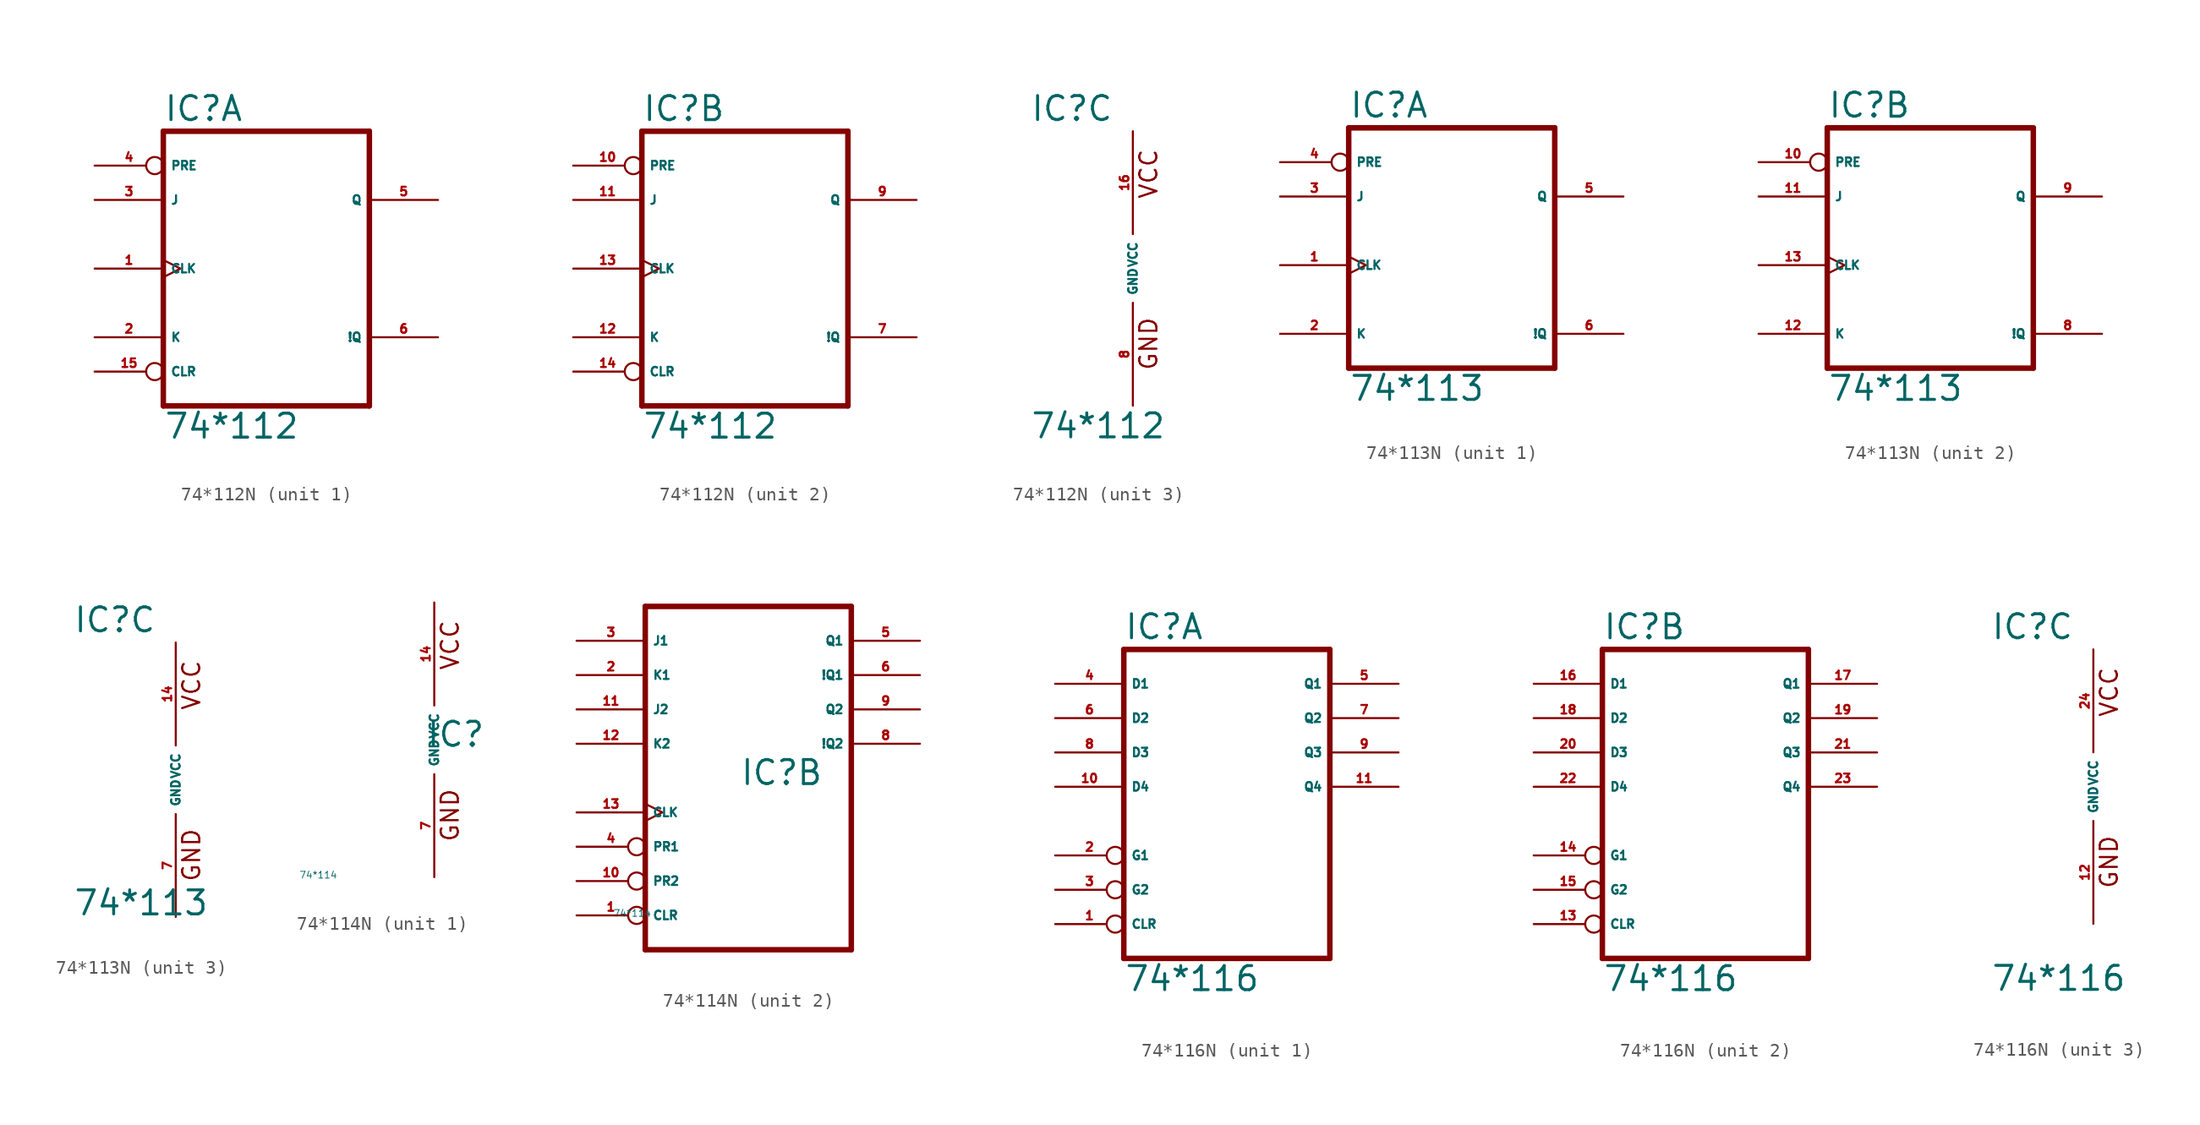
<source format=kicad_sym>
(kicad_symbol_lib
  (version 20220914)
  (generator Eagle2Kicad)
  (symbol "74*112N"
    (property "Reference" "IC"
      (at -7.62 10.795 0)
      (effects (font (size 1.778 1.778) (thickness 0.22)) (justify left bottom)))
    (property "Value" "74*112"
      (at -7.62 -12.7 0)
      (effects (font (size 1.778 1.778) (thickness 0.22)) (justify left bottom)))
    (symbol "74*112N_1_0"
      (polyline (pts (xy -7.62 -10.16) (xy 7.62 -10.16)) (stroke (width 0.406) (type default)) (fill (type none)))
      (polyline (pts (xy 7.62 -10.16) (xy 7.62 10.16)) (stroke (width 0.406) (type default)) (fill (type none)))
      (polyline (pts (xy 7.62 10.16) (xy -7.62 10.16)) (stroke (width 0.406) (type default)) (fill (type none)))
      (polyline (pts (xy -7.62 10.16) (xy -7.62 -10.16)) (stroke (width 0.406) (type default)) (fill (type none)))
      (pin input clock (at -12.7 0 0) (length 5.08) (name "CLK" (effects (font (size 0.635 0.635) (thickness 0.08)) (justify left bottom))) (number "1" (effects (font (size 0.635 0.635) (thickness 0.08)) (justify left bottom))))
      (pin input line (at -12.7 -5.08 0) (length 5.08) (name "K" (effects (font (size 0.635 0.635) (thickness 0.08)) (justify left bottom))) (number "2" (effects (font (size 0.635 0.635) (thickness 0.08)) (justify left bottom))))
      (pin input line (at -12.7 5.08 0) (length 5.08) (name "J" (effects (font (size 0.635 0.635) (thickness 0.08)) (justify left bottom))) (number "3" (effects (font (size 0.635 0.635) (thickness 0.08)) (justify left bottom))))
      (pin input inverted (at -12.7 7.62 0) (length 5.08) (name "PRE" (effects (font (size 0.635 0.635) (thickness 0.08)) (justify left bottom))) (number "4" (effects (font (size 0.635 0.635) (thickness 0.08)) (justify left bottom))))
      (pin output line (at 12.7 5.08 180) (length 5.08) (name "Q" (effects (font (size 0.635 0.635) (thickness 0.08)) (justify left bottom))) (number "5" (effects (font (size 0.635 0.635) (thickness 0.08)) (justify left bottom))))
      (pin output line (at 12.7 -5.08 180) (length 5.08) (name "!Q" (effects (font (size 0.635 0.635) (thickness 0.08)) (justify left bottom))) (number "6" (effects (font (size 0.635 0.635) (thickness 0.08)) (justify left bottom))))
      (pin input inverted (at -12.7 -7.62 0) (length 5.08) (name "CLR" (effects (font (size 0.635 0.635) (thickness 0.08)) (justify left bottom))) (number "15" (effects (font (size 0.635 0.635) (thickness 0.08)) (justify left bottom)))))
    (symbol "74*112N_2_0"
      (polyline (pts (xy -7.62 -10.16) (xy 7.62 -10.16)) (stroke (width 0.406) (type default)) (fill (type none)))
      (polyline (pts (xy 7.62 -10.16) (xy 7.62 10.16)) (stroke (width 0.406) (type default)) (fill (type none)))
      (polyline (pts (xy 7.62 10.16) (xy -7.62 10.16)) (stroke (width 0.406) (type default)) (fill (type none)))
      (polyline (pts (xy -7.62 10.16) (xy -7.62 -10.16)) (stroke (width 0.406) (type default)) (fill (type none)))
      (pin input clock (at -12.7 0 0) (length 5.08) (name "CLK" (effects (font (size 0.635 0.635) (thickness 0.08)) (justify left bottom))) (number "13" (effects (font (size 0.635 0.635) (thickness 0.08)) (justify left bottom))))
      (pin input line (at -12.7 -5.08 0) (length 5.08) (name "K" (effects (font (size 0.635 0.635) (thickness 0.08)) (justify left bottom))) (number "12" (effects (font (size 0.635 0.635) (thickness 0.08)) (justify left bottom))))
      (pin input line (at -12.7 5.08 0) (length 5.08) (name "J" (effects (font (size 0.635 0.635) (thickness 0.08)) (justify left bottom))) (number "11" (effects (font (size 0.635 0.635) (thickness 0.08)) (justify left bottom))))
      (pin input inverted (at -12.7 7.62 0) (length 5.08) (name "PRE" (effects (font (size 0.635 0.635) (thickness 0.08)) (justify left bottom))) (number "10" (effects (font (size 0.635 0.635) (thickness 0.08)) (justify left bottom))))
      (pin output line (at 12.7 5.08 180) (length 5.08) (name "Q" (effects (font (size 0.635 0.635) (thickness 0.08)) (justify left bottom))) (number "9" (effects (font (size 0.635 0.635) (thickness 0.08)) (justify left bottom))))
      (pin output line (at 12.7 -5.08 180) (length 5.08) (name "!Q" (effects (font (size 0.635 0.635) (thickness 0.08)) (justify left bottom))) (number "7" (effects (font (size 0.635 0.635) (thickness 0.08)) (justify left bottom))))
      (pin input inverted (at -12.7 -7.62 0) (length 5.08) (name "CLR" (effects (font (size 0.635 0.635) (thickness 0.08)) (justify left bottom))) (number "14" (effects (font (size 0.635 0.635) (thickness 0.08)) (justify left bottom)))))
    (symbol "74*112N_3_0"
      (text "GND" (at 1.905 -7.62 900) (effects (font (size 1.27 1.27) (thickness 0.16)) (justify left bottom)))
      (text "VCC" (at 1.905 5.08 900) (effects (font (size 1.27 1.27) (thickness 0.16)) (justify left bottom)))
      (pin unspecified line (at 0 -10.16 90) (length 7.62) (name "GND" (effects (font (size 0.635 0.635) (thickness 0.08)) (justify left bottom))) (number "8" (effects (font (size 0.635 0.635) (thickness 0.08)) (justify left bottom))))
      (pin unspecified line (at 0 10.16 270) (length 7.62) (name "VCC" (effects (font (size 0.635 0.635) (thickness 0.08)) (justify left bottom))) (number "16" (effects (font (size 0.635 0.635) (thickness 0.08)) (justify left bottom))))))
  (symbol "74*113N"
    (property "Reference" "IC"
      (at -7.62 10.795 0)
      (effects (font (size 1.778 1.778) (thickness 0.22)) (justify left bottom)))
    (property "Value" "74*113"
      (at -7.62 -10.16 0)
      (effects (font (size 1.778 1.778) (thickness 0.22)) (justify left bottom)))
    (symbol "74*113N_1_0"
      (polyline (pts (xy -7.62 -7.62) (xy 7.62 -7.62)) (stroke (width 0.406) (type default)) (fill (type none)))
      (polyline (pts (xy 7.62 -7.62) (xy 7.62 10.16)) (stroke (width 0.406) (type default)) (fill (type none)))
      (polyline (pts (xy 7.62 10.16) (xy -7.62 10.16)) (stroke (width 0.406) (type default)) (fill (type none)))
      (polyline (pts (xy -7.62 10.16) (xy -7.62 -7.62)) (stroke (width 0.406) (type default)) (fill (type none)))
      (pin input clock (at -12.7 0 0) (length 5.08) (name "CLK" (effects (font (size 0.635 0.635) (thickness 0.08)) (justify left bottom))) (number "1" (effects (font (size 0.635 0.635) (thickness 0.08)) (justify left bottom))))
      (pin input line (at -12.7 -5.08 0) (length 5.08) (name "K" (effects (font (size 0.635 0.635) (thickness 0.08)) (justify left bottom))) (number "2" (effects (font (size 0.635 0.635) (thickness 0.08)) (justify left bottom))))
      (pin input line (at -12.7 5.08 0) (length 5.08) (name "J" (effects (font (size 0.635 0.635) (thickness 0.08)) (justify left bottom))) (number "3" (effects (font (size 0.635 0.635) (thickness 0.08)) (justify left bottom))))
      (pin input inverted (at -12.7 7.62 0) (length 5.08) (name "PRE" (effects (font (size 0.635 0.635) (thickness 0.08)) (justify left bottom))) (number "4" (effects (font (size 0.635 0.635) (thickness 0.08)) (justify left bottom))))
      (pin output line (at 12.7 5.08 180) (length 5.08) (name "Q" (effects (font (size 0.635 0.635) (thickness 0.08)) (justify left bottom))) (number "5" (effects (font (size 0.635 0.635) (thickness 0.08)) (justify left bottom))))
      (pin output line (at 12.7 -5.08 180) (length 5.08) (name "!Q" (effects (font (size 0.635 0.635) (thickness 0.08)) (justify left bottom))) (number "6" (effects (font (size 0.635 0.635) (thickness 0.08)) (justify left bottom)))))
    (symbol "74*113N_2_0"
      (polyline (pts (xy -7.62 -7.62) (xy 7.62 -7.62)) (stroke (width 0.406) (type default)) (fill (type none)))
      (polyline (pts (xy 7.62 -7.62) (xy 7.62 10.16)) (stroke (width 0.406) (type default)) (fill (type none)))
      (polyline (pts (xy 7.62 10.16) (xy -7.62 10.16)) (stroke (width 0.406) (type default)) (fill (type none)))
      (polyline (pts (xy -7.62 10.16) (xy -7.62 -7.62)) (stroke (width 0.406) (type default)) (fill (type none)))
      (pin input clock (at -12.7 0 0) (length 5.08) (name "CLK" (effects (font (size 0.635 0.635) (thickness 0.08)) (justify left bottom))) (number "13" (effects (font (size 0.635 0.635) (thickness 0.08)) (justify left bottom))))
      (pin input line (at -12.7 -5.08 0) (length 5.08) (name "K" (effects (font (size 0.635 0.635) (thickness 0.08)) (justify left bottom))) (number "12" (effects (font (size 0.635 0.635) (thickness 0.08)) (justify left bottom))))
      (pin input line (at -12.7 5.08 0) (length 5.08) (name "J" (effects (font (size 0.635 0.635) (thickness 0.08)) (justify left bottom))) (number "11" (effects (font (size 0.635 0.635) (thickness 0.08)) (justify left bottom))))
      (pin input inverted (at -12.7 7.62 0) (length 5.08) (name "PRE" (effects (font (size 0.635 0.635) (thickness 0.08)) (justify left bottom))) (number "10" (effects (font (size 0.635 0.635) (thickness 0.08)) (justify left bottom))))
      (pin output line (at 12.7 5.08 180) (length 5.08) (name "Q" (effects (font (size 0.635 0.635) (thickness 0.08)) (justify left bottom))) (number "9" (effects (font (size 0.635 0.635) (thickness 0.08)) (justify left bottom))))
      (pin output line (at 12.7 -5.08 180) (length 5.08) (name "!Q" (effects (font (size 0.635 0.635) (thickness 0.08)) (justify left bottom))) (number "8" (effects (font (size 0.635 0.635) (thickness 0.08)) (justify left bottom)))))
    (symbol "74*113N_3_0"
      (text "GND" (at 1.905 -7.62 900) (effects (font (size 1.27 1.27) (thickness 0.16)) (justify left bottom)))
      (text "VCC" (at 1.905 5.08 900) (effects (font (size 1.27 1.27) (thickness 0.16)) (justify left bottom)))
      (pin unspecified line (at 0 -10.16 90) (length 7.62) (name "GND" (effects (font (size 0.635 0.635) (thickness 0.08)) (justify left bottom))) (number "7" (effects (font (size 0.635 0.635) (thickness 0.08)) (justify left bottom))))
      (pin unspecified line (at 0 10.16 270) (length 7.62) (name "VCC" (effects (font (size 0.635 0.635) (thickness 0.08)) (justify left bottom))) (number "14" (effects (font (size 0.635 0.635) (thickness 0.08)) (justify left bottom))))))
  (symbol "74*114N"
    (property "Reference" "IC"
      (at -0.635 -0.635 0)
      (effects (font (size 1.778 1.778) (thickness 0.22)) (justify left bottom)))
    (property "Value" "74*114"
      (at -10 -10 0)
      (effects (font (size 0.5 0.5) (thickness 0.06)) (justify left)))
    (symbol "74*114N_1_0"
      (text "GND" (at 1.905 -7.62 900) (effects (font (size 1.27 1.27) (thickness 0.16)) (justify left bottom)))
      (text "VCC" (at 1.905 5.08 900) (effects (font (size 1.27 1.27) (thickness 0.16)) (justify left bottom)))
      (pin unspecified line (at 0 -10.16 90) (length 7.62) (name "GND" (effects (font (size 0.635 0.635) (thickness 0.08)) (justify left bottom))) (number "7" (effects (font (size 0.635 0.635) (thickness 0.08)) (justify left bottom))))
      (pin unspecified line (at 0 10.16 270) (length 7.62) (name "VCC" (effects (font (size 0.635 0.635) (thickness 0.08)) (justify left bottom))) (number "14" (effects (font (size 0.635 0.635) (thickness 0.08)) (justify left bottom)))))
    (symbol "74*114N_2_0"
      (polyline (pts (xy -7.62 -12.7) (xy 7.62 -12.7)) (stroke (width 0.406) (type default)) (fill (type none)))
      (polyline (pts (xy 7.62 -12.7) (xy 7.62 12.7)) (stroke (width 0.406) (type default)) (fill (type none)))
      (polyline (pts (xy 7.62 12.7) (xy -7.62 12.7)) (stroke (width 0.406) (type default)) (fill (type none)))
      (polyline (pts (xy -7.62 12.7) (xy -7.62 -12.7)) (stroke (width 0.406) (type default)) (fill (type none)))
      (pin input clock (at -12.7 -2.54 0) (length 5.08) (name "CLK" (effects (font (size 0.635 0.635) (thickness 0.08)) (justify left bottom))) (number "13" (effects (font (size 0.635 0.635) (thickness 0.08)) (justify left bottom))))
      (pin input inverted (at -12.7 -5.08 0) (length 5.08) (name "PR1" (effects (font (size 0.635 0.635) (thickness 0.08)) (justify left bottom))) (number "4" (effects (font (size 0.635 0.635) (thickness 0.08)) (justify left bottom))))
      (pin input line (at -12.7 10.16 0) (length 5.08) (name "J1" (effects (font (size 0.635 0.635) (thickness 0.08)) (justify left bottom))) (number "3" (effects (font (size 0.635 0.635) (thickness 0.08)) (justify left bottom))))
      (pin input inverted (at -12.7 -10.16 0) (length 5.08) (name "CLR" (effects (font (size 0.635 0.635) (thickness 0.08)) (justify left bottom))) (number "1" (effects (font (size 0.635 0.635) (thickness 0.08)) (justify left bottom))))
      (pin input inverted (at -12.7 -7.62 0) (length 5.08) (name "PR2" (effects (font (size 0.635 0.635) (thickness 0.08)) (justify left bottom))) (number "10" (effects (font (size 0.635 0.635) (thickness 0.08)) (justify left bottom))))
      (pin input line (at -12.7 2.54 0) (length 5.08) (name "K2" (effects (font (size 0.635 0.635) (thickness 0.08)) (justify left bottom))) (number "12" (effects (font (size 0.635 0.635) (thickness 0.08)) (justify left bottom))))
      (pin output line (at 12.7 5.08 180) (length 5.08) (name "Q2" (effects (font (size 0.635 0.635) (thickness 0.08)) (justify left bottom))) (number "9" (effects (font (size 0.635 0.635) (thickness 0.08)) (justify left bottom))))
      (pin output line (at 12.7 2.54 180) (length 5.08) (name "!Q2" (effects (font (size 0.635 0.635) (thickness 0.08)) (justify left bottom))) (number "8" (effects (font (size 0.635 0.635) (thickness 0.08)) (justify left bottom))))
      (pin input line (at -12.7 5.08 0) (length 5.08) (name "J2" (effects (font (size 0.635 0.635) (thickness 0.08)) (justify left bottom))) (number "11" (effects (font (size 0.635 0.635) (thickness 0.08)) (justify left bottom))))
      (pin output line (at 12.7 7.62 180) (length 5.08) (name "!Q1" (effects (font (size 0.635 0.635) (thickness 0.08)) (justify left bottom))) (number "6" (effects (font (size 0.635 0.635) (thickness 0.08)) (justify left bottom))))
      (pin output line (at 12.7 10.16 180) (length 5.08) (name "Q1" (effects (font (size 0.635 0.635) (thickness 0.08)) (justify left bottom))) (number "5" (effects (font (size 0.635 0.635) (thickness 0.08)) (justify left bottom))))
      (pin input line (at -12.7 7.62 0) (length 5.08) (name "K1" (effects (font (size 0.635 0.635) (thickness 0.08)) (justify left bottom))) (number "2" (effects (font (size 0.635 0.635) (thickness 0.08)) (justify left bottom))))))
  (symbol "74*116N"
    (property "Reference" "IC"
      (at -7.62 10.795 0)
      (effects (font (size 1.778 1.778) (thickness 0.22)) (justify left bottom)))
    (property "Value" "74*116"
      (at -7.62 -15.24 0)
      (effects (font (size 1.778 1.778) (thickness 0.22)) (justify left bottom)))
    (symbol "74*116N_1_0"
      (polyline (pts (xy -7.62 -12.7) (xy 7.62 -12.7)) (stroke (width 0.406) (type default)) (fill (type none)))
      (polyline (pts (xy 7.62 -12.7) (xy 7.62 10.16)) (stroke (width 0.406) (type default)) (fill (type none)))
      (polyline (pts (xy 7.62 10.16) (xy -7.62 10.16)) (stroke (width 0.406) (type default)) (fill (type none)))
      (polyline (pts (xy -7.62 10.16) (xy -7.62 -12.7)) (stroke (width 0.406) (type default)) (fill (type none)))
      (pin input inverted (at -12.7 -10.16 0) (length 5.08) (name "CLR" (effects (font (size 0.635 0.635) (thickness 0.08)) (justify left bottom))) (number "1" (effects (font (size 0.635 0.635) (thickness 0.08)) (justify left bottom))))
      (pin input inverted (at -12.7 -5.08 0) (length 5.08) (name "G1" (effects (font (size 0.635 0.635) (thickness 0.08)) (justify left bottom))) (number "2" (effects (font (size 0.635 0.635) (thickness 0.08)) (justify left bottom))))
      (pin input inverted (at -12.7 -7.62 0) (length 5.08) (name "G2" (effects (font (size 0.635 0.635) (thickness 0.08)) (justify left bottom))) (number "3" (effects (font (size 0.635 0.635) (thickness 0.08)) (justify left bottom))))
      (pin input line (at -12.7 7.62 0) (length 5.08) (name "D1" (effects (font (size 0.635 0.635) (thickness 0.08)) (justify left bottom))) (number "4" (effects (font (size 0.635 0.635) (thickness 0.08)) (justify left bottom))))
      (pin output line (at 12.7 7.62 180) (length 5.08) (name "Q1" (effects (font (size 0.635 0.635) (thickness 0.08)) (justify left bottom))) (number "5" (effects (font (size 0.635 0.635) (thickness 0.08)) (justify left bottom))))
      (pin input line (at -12.7 5.08 0) (length 5.08) (name "D2" (effects (font (size 0.635 0.635) (thickness 0.08)) (justify left bottom))) (number "6" (effects (font (size 0.635 0.635) (thickness 0.08)) (justify left bottom))))
      (pin output line (at 12.7 5.08 180) (length 5.08) (name "Q2" (effects (font (size 0.635 0.635) (thickness 0.08)) (justify left bottom))) (number "7" (effects (font (size 0.635 0.635) (thickness 0.08)) (justify left bottom))))
      (pin input line (at -12.7 2.54 0) (length 5.08) (name "D3" (effects (font (size 0.635 0.635) (thickness 0.08)) (justify left bottom))) (number "8" (effects (font (size 0.635 0.635) (thickness 0.08)) (justify left bottom))))
      (pin output line (at 12.7 2.54 180) (length 5.08) (name "Q3" (effects (font (size 0.635 0.635) (thickness 0.08)) (justify left bottom))) (number "9" (effects (font (size 0.635 0.635) (thickness 0.08)) (justify left bottom))))
      (pin input line (at -12.7 0 0) (length 5.08) (name "D4" (effects (font (size 0.635 0.635) (thickness 0.08)) (justify left bottom))) (number "10" (effects (font (size 0.635 0.635) (thickness 0.08)) (justify left bottom))))
      (pin output line (at 12.7 0 180) (length 5.08) (name "Q4" (effects (font (size 0.635 0.635) (thickness 0.08)) (justify left bottom))) (number "11" (effects (font (size 0.635 0.635) (thickness 0.08)) (justify left bottom)))))
    (symbol "74*116N_2_0"
      (polyline (pts (xy -7.62 -12.7) (xy 7.62 -12.7)) (stroke (width 0.406) (type default)) (fill (type none)))
      (polyline (pts (xy 7.62 -12.7) (xy 7.62 10.16)) (stroke (width 0.406) (type default)) (fill (type none)))
      (polyline (pts (xy 7.62 10.16) (xy -7.62 10.16)) (stroke (width 0.406) (type default)) (fill (type none)))
      (polyline (pts (xy -7.62 10.16) (xy -7.62 -12.7)) (stroke (width 0.406) (type default)) (fill (type none)))
      (pin input inverted (at -12.7 -10.16 0) (length 5.08) (name "CLR" (effects (font (size 0.635 0.635) (thickness 0.08)) (justify left bottom))) (number "13" (effects (font (size 0.635 0.635) (thickness 0.08)) (justify left bottom))))
      (pin input inverted (at -12.7 -5.08 0) (length 5.08) (name "G1" (effects (font (size 0.635 0.635) (thickness 0.08)) (justify left bottom))) (number "14" (effects (font (size 0.635 0.635) (thickness 0.08)) (justify left bottom))))
      (pin input inverted (at -12.7 -7.62 0) (length 5.08) (name "G2" (effects (font (size 0.635 0.635) (thickness 0.08)) (justify left bottom))) (number "15" (effects (font (size 0.635 0.635) (thickness 0.08)) (justify left bottom))))
      (pin input line (at -12.7 7.62 0) (length 5.08) (name "D1" (effects (font (size 0.635 0.635) (thickness 0.08)) (justify left bottom))) (number "16" (effects (font (size 0.635 0.635) (thickness 0.08)) (justify left bottom))))
      (pin output line (at 12.7 7.62 180) (length 5.08) (name "Q1" (effects (font (size 0.635 0.635) (thickness 0.08)) (justify left bottom))) (number "17" (effects (font (size 0.635 0.635) (thickness 0.08)) (justify left bottom))))
      (pin input line (at -12.7 5.08 0) (length 5.08) (name "D2" (effects (font (size 0.635 0.635) (thickness 0.08)) (justify left bottom))) (number "18" (effects (font (size 0.635 0.635) (thickness 0.08)) (justify left bottom))))
      (pin output line (at 12.7 5.08 180) (length 5.08) (name "Q2" (effects (font (size 0.635 0.635) (thickness 0.08)) (justify left bottom))) (number "19" (effects (font (size 0.635 0.635) (thickness 0.08)) (justify left bottom))))
      (pin input line (at -12.7 2.54 0) (length 5.08) (name "D3" (effects (font (size 0.635 0.635) (thickness 0.08)) (justify left bottom))) (number "20" (effects (font (size 0.635 0.635) (thickness 0.08)) (justify left bottom))))
      (pin output line (at 12.7 2.54 180) (length 5.08) (name "Q3" (effects (font (size 0.635 0.635) (thickness 0.08)) (justify left bottom))) (number "21" (effects (font (size 0.635 0.635) (thickness 0.08)) (justify left bottom))))
      (pin input line (at -12.7 0 0) (length 5.08) (name "D4" (effects (font (size 0.635 0.635) (thickness 0.08)) (justify left bottom))) (number "22" (effects (font (size 0.635 0.635) (thickness 0.08)) (justify left bottom))))
      (pin output line (at 12.7 0 180) (length 5.08) (name "Q4" (effects (font (size 0.635 0.635) (thickness 0.08)) (justify left bottom))) (number "23" (effects (font (size 0.635 0.635) (thickness 0.08)) (justify left bottom)))))
    (symbol "74*116N_3_0"
      (text "GND" (at 1.905 -7.62 900) (effects (font (size 1.27 1.27) (thickness 0.16)) (justify left bottom)))
      (text "VCC" (at 1.905 5.08 900) (effects (font (size 1.27 1.27) (thickness 0.16)) (justify left bottom)))
      (pin unspecified line (at 0 -10.16 90) (length 7.62) (name "GND" (effects (font (size 0.635 0.635) (thickness 0.08)) (justify left bottom))) (number "12" (effects (font (size 0.635 0.635) (thickness 0.08)) (justify left bottom))))
      (pin unspecified line (at 0 10.16 270) (length 7.62) (name "VCC" (effects (font (size 0.635 0.635) (thickness 0.08)) (justify left bottom))) (number "24" (effects (font (size 0.635 0.635) (thickness 0.08)) (justify left bottom)))))))
</source>
